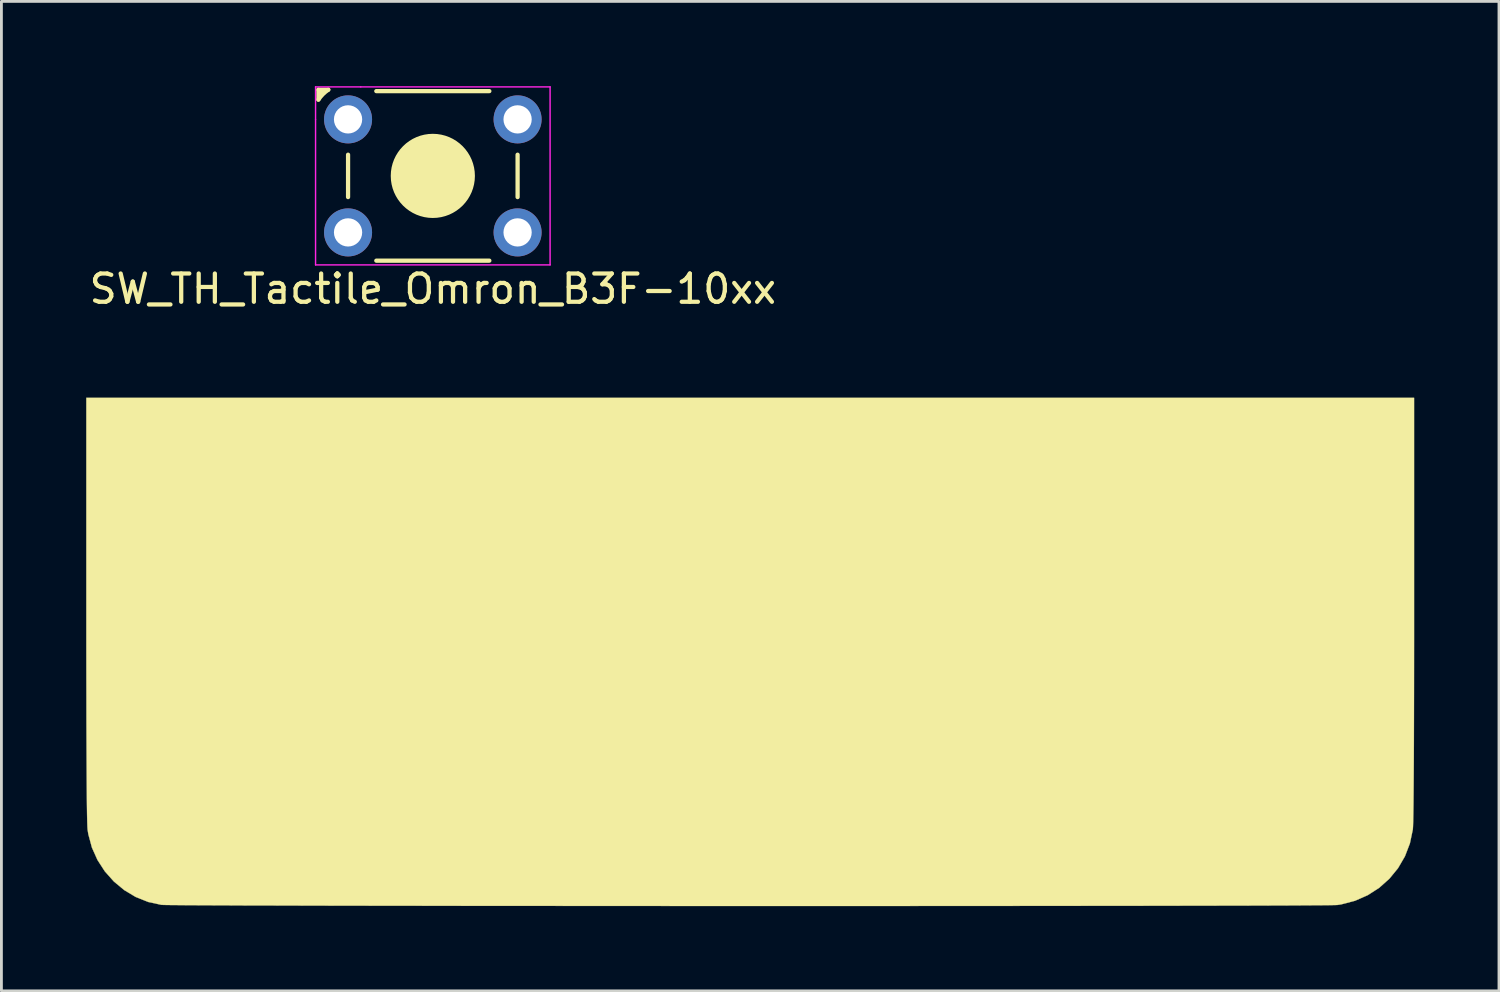
<source format=kicad_pcb>
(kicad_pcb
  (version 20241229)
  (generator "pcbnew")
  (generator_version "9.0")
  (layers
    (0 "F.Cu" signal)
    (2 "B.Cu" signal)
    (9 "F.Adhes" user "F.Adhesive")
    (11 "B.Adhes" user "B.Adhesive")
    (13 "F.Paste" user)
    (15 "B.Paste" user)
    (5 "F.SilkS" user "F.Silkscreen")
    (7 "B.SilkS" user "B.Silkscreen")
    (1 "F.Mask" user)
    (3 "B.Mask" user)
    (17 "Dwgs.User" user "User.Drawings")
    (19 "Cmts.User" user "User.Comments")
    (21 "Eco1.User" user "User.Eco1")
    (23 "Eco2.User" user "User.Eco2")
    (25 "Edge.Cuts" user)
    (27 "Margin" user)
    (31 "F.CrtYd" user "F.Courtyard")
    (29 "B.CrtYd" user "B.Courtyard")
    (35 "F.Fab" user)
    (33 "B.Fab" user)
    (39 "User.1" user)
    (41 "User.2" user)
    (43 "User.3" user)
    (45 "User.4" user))
  (footprint "writing-area"
    (layer "F.Cu")
    (at 23.5 20.003)
    (property "Reference" "writing-area" (at 0 0 0) (layer "F.SilkS") (effects (font (size 1.524 1.524) (thickness 0.3))))
    (attr through_hole)
    (fp_poly (pts (xy 23.495 -1.512) (xy 23.495 -0.426) (xy 23.494 0.581) (xy 23.493 1.508) (xy 23.491 2.355) (xy 23.489 3.121) (xy 23.486 3.806) (xy 23.482 4.41) (xy 23.478 4.932) (xy 23.474 5.371) (xy 23.469 5.727) (xy 23.464 6) (xy 23.458 6.19) (xy 23.452 6.295) (xy 23.451 6.302) (xy 23.348 6.793) (xy 23.172 7.252) (xy 22.928 7.671) (xy 22.622 8.044) (xy 22.262 8.366) (xy 21.854 8.628) (xy 21.404 8.826) (xy 20.918 8.953) (xy 20.775 8.975) (xy 20.711 8.977) (xy 20.566 8.98) (xy 20.342 8.983) (xy 20.043 8.985) (xy 19.673 8.987) (xy 19.233 8.99) (xy 18.728 8.992) (xy 18.16 8.994) (xy 17.533 8.996) (xy 16.85 8.997) (xy 16.113 8.999) (xy 15.327 9) (xy 14.494 9.002) (xy 13.617 9.003) (xy 12.701 9.004) (xy 11.746 9.005) (xy 10.758 9.006) (xy 9.739 9.007) (xy 8.692 9.008) (xy 7.621 9.009) (xy 6.528 9.009) (xy 5.417 9.01) (xy 4.291 9.01) (xy 3.153 9.01) (xy 2.007 9.01) (xy 0.854 9.01) (xy -0.301 9.01) (xy -1.455 9.01) (xy -2.605 9.01) (xy -3.748 9.009) (xy -4.881 9.009) (xy -6 9.008) (xy -7.103 9.007) (xy -8.186 9.007) (xy -9.246 9.006) (xy -10.28 9.005) (xy -11.285 9.003) (xy -12.258 9.002) (xy -13.195 9.001) (xy -14.094 8.999) (xy -14.95 8.998) (xy -15.762 8.996) (xy -16.525 8.994) (xy -17.237 8.992) (xy -17.895 8.991) (xy -18.494 8.988) (xy -19.033 8.986) (xy -19.508 8.984) (xy -19.916 8.982) (xy -20.254 8.979) (xy -20.518 8.977) (xy -20.705 8.974) (xy -20.813 8.971) (xy -20.836 8.97) (xy -21.305 8.868) (xy -21.748 8.691) (xy -22.155 8.447) (xy -22.521 8.143) (xy -22.839 7.786) (xy -23.1 7.383) (xy -23.297 6.943) (xy -23.424 6.472) (xy -23.451 6.302) (xy -23.457 6.207) (xy -23.463 6.027) (xy -23.469 5.764) (xy -23.474 5.417) (xy -23.478 4.987) (xy -23.482 4.475) (xy -23.485 3.881) (xy -23.488 3.206) (xy -23.491 2.449) (xy -23.492 1.611) (xy -23.494 0.694) (xy -23.495 -0.304) (xy -23.495 -1.381) (xy -23.495 -1.512) (xy -23.495 -8.975) (xy 23.495 -8.975) (xy 23.495 -1.512)) (stroke (width 0.01) (type solid)) (fill yes) (layer "F.SilkS")))
  (footprint "SW_TH_Tactile_Omron_B3F-10xx"
    (layer "F.Cu")
    (at 9.268 1.175)
    (property "Reference" "SW_TH_Tactile_Omron_B3F-10xx" (at 3 6 0) (layer "F.SilkS") (effects (font (size 1 1) (thickness 0.15))))
    (attr through_hole)
    (fp_line (start -1.05 -1.05) (end -1.05 -0.7) (stroke (width 0.15) (type solid)) (layer "F.SilkS"))
    (fp_line (start -1.05 -1.05) (end -0.7 -1.05) (stroke (width 0.15) (type solid)) (layer "F.SilkS"))
    (fp_line (start -0.95 -1) (end -0.95 -0.9) (stroke (width 0.15) (type solid)) (layer "F.SilkS"))
    (fp_line (start 0 2) (end 0 2) (stroke (width 0.1) (type solid)) (layer "F.SilkS"))
    (fp_line (start 0 2.75) (end 0 1.25) (stroke (width 0.15) (type solid)) (layer "F.SilkS"))
    (fp_line (start 1 -1) (end 5 -1) (stroke (width 0.15) (type solid)) (layer "F.SilkS"))
    (fp_line (start 1 5) (end 5 5) (stroke (width 0.15) (type solid)) (layer "F.SilkS"))
    (fp_line (start 5 -1) (end 1 -1) (stroke (width 0.1) (type solid)) (layer "F.SilkS"))
    (fp_line (start 5 5) (end 1 5) (stroke (width 0.1) (type solid)) (layer "F.SilkS"))
    (fp_line (start 6 1.25) (end 6 2.75) (stroke (width 0.15) (type solid)) (layer "F.SilkS"))
    (fp_line (start 6 2) (end 6 2) (stroke (width 0.1) (type solid)) (layer "F.SilkS"))
    (fp_arc (start -1.05 -0.7) (mid -0.892328 -0.892328) (end -0.7 -1.05) (stroke (width 0.15) (type solid)) (layer "F.SilkS"))
    (fp_circle (center 3 2) (end 4 3) (stroke (width 0) (type solid)) (fill yes) (layer "F.SilkS"))
    (fp_circle (center 3 2) (end 4 3) (stroke (width 0.15) (type solid)) (fill no) (layer "F.SilkS"))
    (fp_line (start -1.15 -1.15) (end 0.45 -1.15) (stroke (width 0.05) (type solid)) (layer "F.CrtYd"))
    (fp_line (start -1.15 0) (end -1.15 -1.15) (stroke (width 0.05) (type solid)) (layer "F.CrtYd"))
    (fp_line (start -1.15 0) (end -1.15 5.15) (stroke (width 0.05) (type solid)) (layer "F.CrtYd"))
    (fp_line (start -1.15 5.15) (end 7.15 5.15) (stroke (width 0.05) (type solid)) (layer "F.CrtYd"))
    (fp_line (start 7.15 -1.15) (end 0.45 -1.15) (stroke (width 0.05) (type solid)) (layer "F.CrtYd"))
    (fp_line (start 7.15 5.15) (end 7.15 -1.15) (stroke (width 0.05) (type solid)) (layer "F.CrtYd"))
    (pad "1" thru_hole circle (at 0 0) (size 1.7 1.7) (drill 1) (layers "*.Cu" "*.Mask"))
    (pad "1" thru_hole circle (at 6 0) (size 1.7 1.7) (drill 1) (layers "*.Cu" "*.Mask"))
    (pad "2" thru_hole circle (at 0 4) (size 1.7 1.7) (drill 1) (layers "*.Cu" "*.Mask"))
    (pad "2" thru_hole circle (at 6 4) (size 1.7 1.7) (drill 1) (layers "*.Cu" "*.Mask")))
  (gr_rect
    (start -3 -3)
    (end 50 32.018)
    (stroke (width 0.1) (type default))
    (fill no)
    (layer "Edge.Cuts")))
</source>
